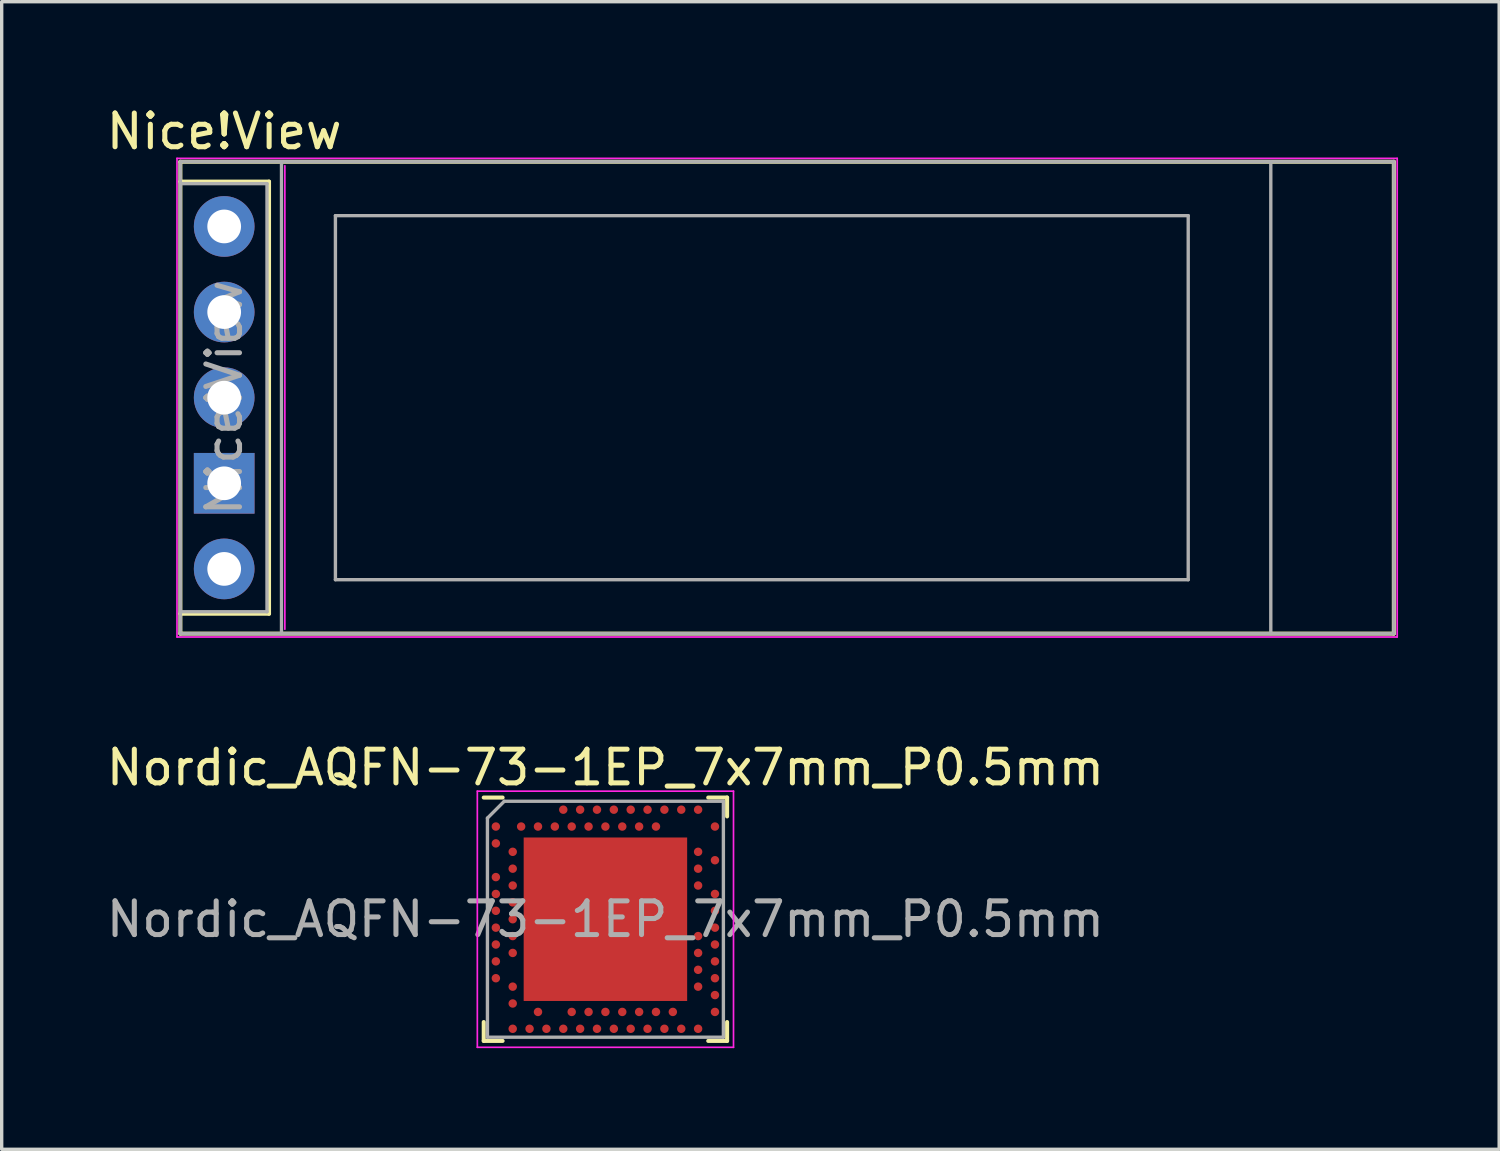
<source format=kicad_pcb>
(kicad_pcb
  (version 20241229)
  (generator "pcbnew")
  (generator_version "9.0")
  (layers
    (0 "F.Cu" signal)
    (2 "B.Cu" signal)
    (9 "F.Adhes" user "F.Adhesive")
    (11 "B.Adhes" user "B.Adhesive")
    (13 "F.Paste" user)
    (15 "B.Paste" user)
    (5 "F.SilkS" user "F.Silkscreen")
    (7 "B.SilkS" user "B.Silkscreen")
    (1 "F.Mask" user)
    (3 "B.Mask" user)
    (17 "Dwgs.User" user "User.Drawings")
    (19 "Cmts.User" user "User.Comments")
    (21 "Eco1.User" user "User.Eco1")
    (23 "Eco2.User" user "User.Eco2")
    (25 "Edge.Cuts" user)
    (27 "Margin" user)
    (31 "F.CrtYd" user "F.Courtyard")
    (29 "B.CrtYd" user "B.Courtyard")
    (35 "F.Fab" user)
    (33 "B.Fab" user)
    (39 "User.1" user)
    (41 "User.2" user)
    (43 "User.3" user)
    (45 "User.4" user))
  (footprint "Nice!View"
    (layer "F.Cu")
    (at 3.601 8.748)
    (property "Reference" "Nice!View" (at 0 -7.9 0) (layer "F.SilkS") (effects (font (size 1 1) (thickness 0.15))))
    (attr through_hole)
    (fp_line (start -1.3 -7) (end -1.3 7) (stroke (width 0.12) (type default)) (layer "F.SilkS"))
    (fp_line (start -1.3 -7) (end 34.7 -7) (stroke (width 0.12) (type default)) (layer "F.SilkS"))
    (fp_line (start -1.3 -6.41) (end 1.33 -6.41) (stroke (width 0.12) (type solid)) (layer "F.SilkS"))
    (fp_line (start -1.3 6.41) (end 1.33 6.41) (stroke (width 0.12) (type solid)) (layer "F.SilkS"))
    (fp_line (start 1.33 -6.41) (end 1.33 6.41) (stroke (width 0.12) (type solid)) (layer "F.SilkS"))
    (fp_line (start 34.7 -7) (end 34.7 7) (stroke (width 0.12) (type default)) (layer "F.SilkS"))
    (fp_line (start 34.7 7) (end -1.3 7) (stroke (width 0.12) (type default)) (layer "F.SilkS"))
    (fp_line (start -1.4 -7.1) (end -1.4 7.1) (stroke (width 0.05) (type solid)) (layer "F.CrtYd"))
    (fp_line (start 1.8 6.87) (end 1.8 -6.88) (stroke (width 0.05) (type solid)) (layer "F.CrtYd"))
    (fp_line (start 34.8 -7.1) (end -1.4 -7.1) (stroke (width 0.05) (type solid)) (layer "F.CrtYd"))
    (fp_line (start 34.8 -7.1) (end 34.8 7.1) (stroke (width 0.05) (type solid)) (layer "F.CrtYd"))
    (fp_line (start 34.8 7.1) (end -1.4 7.1) (stroke (width 0.05) (type solid)) (layer "F.CrtYd"))
    (fp_line (start -1.3 -7) (end -1.3 7) (stroke (width 0.1) (type default)) (layer "F.Fab"))
    (fp_line (start -1.3 -7) (end 34.7 -7) (stroke (width 0.1) (type default)) (layer "F.Fab"))
    (fp_line (start -1.3 -6.35) (end 1.27 -6.35) (stroke (width 0.1) (type solid)) (layer "F.Fab"))
    (fp_line (start -1.3 7) (end 34.7 7) (stroke (width 0.1) (type default)) (layer "F.Fab"))
    (fp_line (start 1.27 -6.35) (end 1.27 6.35) (stroke (width 0.1) (type solid)) (layer "F.Fab"))
    (fp_line (start 1.27 6.35) (end -1.3 6.35) (stroke (width 0.1) (type solid)) (layer "F.Fab"))
    (fp_line (start 1.7 -7) (end 1.7 7) (stroke (width 0.1) (type default)) (layer "F.Fab"))
    (fp_line (start 3.3 -5.4) (end 3.3 5.4) (stroke (width 0.1) (type default)) (layer "F.Fab"))
    (fp_line (start 28.6 -5.4) (end 3.3 -5.4) (stroke (width 0.1) (type default)) (layer "F.Fab"))
    (fp_line (start 28.6 -5.4) (end 28.6 5.4) (stroke (width 0.1) (type default)) (layer "F.Fab"))
    (fp_line (start 28.6 5.4) (end 3.3 5.4) (stroke (width 0.1) (type default)) (layer "F.Fab"))
    (fp_line (start 31.05 -7) (end 31.05 7) (stroke (width 0.1) (type default)) (layer "F.Fab"))
    (fp_line (start 34.7 -7) (end 34.7 7) (stroke (width 0.1) (type default)) (layer "F.Fab"))
    (fp_text user "${REFERENCE}" (at 0 0 90) (layer "F.Fab") (effects (font (size 1 1) (thickness 0.15))))
    (pad "1" thru_hole oval (at 0 -5.08) (size 1.8 1.8) (drill 1) (layers "*.Cu" "*.Mask"))
    (pad "2" thru_hole oval (at 0 -2.54) (size 1.8 1.8) (drill 1) (layers "*.Cu" "*.Mask"))
    (pad "3" thru_hole oval (at 0 0) (size 1.8 1.8) (drill 1) (layers "*.Cu" "*.Mask"))
    (pad "4" thru_hole rect (at 0 2.54) (size 1.8 1.8) (drill 1) (layers "*.Cu" "*.Mask"))
    (pad "5" thru_hole oval (at 0 5.08) (size 1.8 1.8) (drill 1) (layers "*.Cu" "*.Mask")))
  (footprint "Nordic_AQFN-73-1EP_7x7mm_P0.5mm"
    (layer "F.Cu")
    (at 14.911 24.221)
    (property "Reference" "Nordic_AQFN-73-1EP_7x7mm_P0.5mm" (at 0 -4.5 0) (layer "F.SilkS") (effects (font (size 1 1) (thickness 0.15))))
    (attr smd)
    (fp_line (start -3.61 -3.61) (end -3.05 -3.61) (stroke (width 0.12) (type solid)) (layer "F.SilkS"))
    (fp_line (start -3.61 3.61) (end -3.61 3.05) (stroke (width 0.12) (type solid)) (layer "F.SilkS"))
    (fp_line (start -3.61 3.61) (end -3.05 3.61) (stroke (width 0.12) (type solid)) (layer "F.SilkS"))
    (fp_line (start 3.61 -3.61) (end 3.05 -3.61) (stroke (width 0.12) (type solid)) (layer "F.SilkS"))
    (fp_line (start 3.61 -3.61) (end 3.61 -3.05) (stroke (width 0.12) (type solid)) (layer "F.SilkS"))
    (fp_line (start 3.61 3.61) (end 3.05 3.61) (stroke (width 0.12) (type solid)) (layer "F.SilkS"))
    (fp_line (start 3.61 3.61) (end 3.61 3.05) (stroke (width 0.12) (type solid)) (layer "F.SilkS"))
    (fp_line (start -3.8 -3.8) (end 3.8 -3.8) (stroke (width 0.05) (type solid)) (layer "F.CrtYd"))
    (fp_line (start -3.8 3.8) (end -3.8 -3.8) (stroke (width 0.05) (type solid)) (layer "F.CrtYd"))
    (fp_line (start 3.8 -3.8) (end 3.8 3.8) (stroke (width 0.05) (type solid)) (layer "F.CrtYd"))
    (fp_line (start 3.8 3.8) (end -3.8 3.8) (stroke (width 0.05) (type solid)) (layer "F.CrtYd"))
    (fp_line (start -3.5 -3) (end -3.5 3.5) (stroke (width 0.1) (type solid)) (layer "F.Fab"))
    (fp_line (start -3.5 -3) (end -3 -3.5) (stroke (width 0.1) (type solid)) (layer "F.Fab"))
    (fp_line (start -3.5 3.5) (end 3.5 3.5) (stroke (width 0.1) (type solid)) (layer "F.Fab"))
    (fp_line (start -3 -3.5) (end 3.5 -3.5) (stroke (width 0.1) (type solid)) (layer "F.Fab"))
    (fp_line (start 3.5 -3.5) (end 3.5 3.5) (stroke (width 0.1) (type solid)) (layer "F.Fab"))
    (fp_text user "${REFERENCE}" (at 0 0 0) (layer "F.Fab") (effects (font (size 1 1) (thickness 0.15))))
    (pad "" smd rect (at -1.212 -1.212 180) (size 2 2) (layers "F.Paste"))
    (pad "" smd rect (at -1.212 1.212 180) (size 2 2) (layers "F.Paste"))
    (pad "" smd rect (at 1.212 -1.212 180) (size 2 2) (layers "F.Paste"))
    (pad "" smd rect (at 1.212 1.212 180) (size 2 2) (layers "F.Paste"))
    (pad "A8" smd circle (at -1.25 -3.25 180) (size 0.25 0.25) (layers "F.Cu" "F.Mask" "F.Paste"))
    (pad "A10" smd circle (at -0.75 -3.25 180) (size 0.25 0.25) (layers "F.Cu" "F.Mask" "F.Paste"))
    (pad "A12" smd circle (at -0.25 -3.25 180) (size 0.25 0.25) (layers "F.Cu" "F.Mask" "F.Paste"))
    (pad "A14" smd circle (at 0.25 -3.25 180) (size 0.25 0.25) (layers "F.Cu" "F.Mask" "F.Paste"))
    (pad "A16" smd circle (at 0.75 -3.25 180) (size 0.25 0.25) (layers "F.Cu" "F.Mask" "F.Paste"))
    (pad "A18" smd circle (at 1.25 -3.25 180) (size 0.25 0.25) (layers "F.Cu" "F.Mask" "F.Paste"))
    (pad "A20" smd circle (at 1.75 -3.25 180) (size 0.25 0.25) (layers "F.Cu" "F.Mask" "F.Paste"))
    (pad "A22" smd circle (at 2.25 -3.25 180) (size 0.25 0.25) (layers "F.Cu" "F.Mask" "F.Paste"))
    (pad "A23" smd circle (at 2.75 -3.25 180) (size 0.25 0.25) (layers "F.Cu" "F.Mask" "F.Paste"))
    (pad "AA24" smd circle (at 3.25 2.25 180) (size 0.25 0.25) (layers "F.Cu" "F.Mask" "F.Paste"))
    (pad "AB2" smd circle (at -2.75 2.5 180) (size 0.25 0.25) (layers "F.Cu" "F.Mask" "F.Paste"))
    (pad "AC5" smd circle (at -2 2.75 180) (size 0.25 0.25) (layers "F.Cu" "F.Mask" "F.Paste"))
    (pad "AC9" smd circle (at -1 2.75 180) (size 0.25 0.25) (layers "F.Cu" "F.Mask" "F.Paste"))
    (pad "AC11" smd circle (at -0.5 2.75 180) (size 0.25 0.25) (layers "F.Cu" "F.Mask" "F.Paste"))
    (pad "AC13" smd circle (at 0 2.75 180) (size 0.25 0.25) (layers "F.Cu" "F.Mask" "F.Paste"))
    (pad "AC15" smd circle (at 0.5 2.75 180) (size 0.25 0.25) (layers "F.Cu" "F.Mask" "F.Paste"))
    (pad "AC17" smd circle (at 1 2.75 180) (size 0.25 0.25) (layers "F.Cu" "F.Mask" "F.Paste"))
    (pad "AC19" smd circle (at 1.5 2.75 180) (size 0.25 0.25) (layers "F.Cu" "F.Mask" "F.Paste"))
    (pad "AC21" smd circle (at 2 2.75 180) (size 0.25 0.25) (layers "F.Cu" "F.Mask" "F.Paste"))
    (pad "AC24" smd circle (at 3.25 2.75 180) (size 0.25 0.25) (layers "F.Cu" "F.Mask" "F.Paste"))
    (pad "AD2" smd circle (at -2.75 3.25 180) (size 0.25 0.25) (layers "F.Cu" "F.Mask" "F.Paste"))
    (pad "AD4" smd circle (at -2.25 3.25 180) (size 0.25 0.25) (layers "F.Cu" "F.Mask" "F.Paste"))
    (pad "AD6" smd circle (at -1.75 3.25 180) (size 0.25 0.25) (layers "F.Cu" "F.Mask" "F.Paste"))
    (pad "AD8" smd circle (at -1.25 3.25 180) (size 0.25 0.25) (layers "F.Cu" "F.Mask" "F.Paste"))
    (pad "AD10" smd circle (at -0.75 3.25 180) (size 0.25 0.25) (layers "F.Cu" "F.Mask" "F.Paste"))
    (pad "AD12" smd circle (at -0.25 3.25 180) (size 0.25 0.25) (layers "F.Cu" "F.Mask" "F.Paste"))
    (pad "AD14" smd circle (at 0.25 3.25 180) (size 0.25 0.25) (layers "F.Cu" "F.Mask" "F.Paste"))
    (pad "AD16" smd circle (at 0.75 3.25 180) (size 0.25 0.25) (layers "F.Cu" "F.Mask" "F.Paste"))
    (pad "AD18" smd circle (at 1.25 3.25 180) (size 0.25 0.25) (layers "F.Cu" "F.Mask" "F.Paste"))
    (pad "AD20" smd circle (at 1.75 3.25 180) (size 0.25 0.25) (layers "F.Cu" "F.Mask" "F.Paste"))
    (pad "AD22" smd circle (at 2.25 3.25 180) (size 0.25 0.25) (layers "F.Cu" "F.Mask" "F.Paste"))
    (pad "AD23" smd circle (at 2.75 3.25 180) (size 0.25 0.25) (layers "F.Cu" "F.Mask" "F.Paste"))
    (pad "B1" smd circle (at -3.25 -2.75 180) (size 0.25 0.25) (layers "F.Cu" "F.Mask" "F.Paste"))
    (pad "B3" smd circle (at -2.5 -2.75 180) (size 0.25 0.25) (layers "F.Cu" "F.Mask" "F.Paste"))
    (pad "B5" smd circle (at -2 -2.75 180) (size 0.25 0.25) (layers "F.Cu" "F.Mask" "F.Paste"))
    (pad "B7" smd circle (at -1.5 -2.75 180) (size 0.25 0.25) (layers "F.Cu" "F.Mask" "F.Paste"))
    (pad "B9" smd circle (at -1 -2.75 180) (size 0.25 0.25) (layers "F.Cu" "F.Mask" "F.Paste"))
    (pad "B11" smd circle (at -0.5 -2.75 180) (size 0.25 0.25) (layers "F.Cu" "F.Mask" "F.Paste"))
    (pad "B13" smd circle (at 0 -2.75 180) (size 0.25 0.25) (layers "F.Cu" "F.Mask" "F.Paste"))
    (pad "B15" smd circle (at 0.5 -2.75 180) (size 0.25 0.25) (layers "F.Cu" "F.Mask" "F.Paste"))
    (pad "B17" smd circle (at 1 -2.75 180) (size 0.25 0.25) (layers "F.Cu" "F.Mask" "F.Paste"))
    (pad "B19" smd circle (at 1.5 -2.75 180) (size 0.25 0.25) (layers "F.Cu" "F.Mask" "F.Paste"))
    (pad "B24" smd circle (at 3.25 -2.75 180) (size 0.25 0.25) (layers "F.Cu" "F.Mask" "F.Paste"))
    (pad "C1" smd circle (at -3.25 -2.25 180) (size 0.25 0.25) (layers "F.Cu" "F.Mask" "F.Paste"))
    (pad "D2" smd circle (at -2.75 -2 180) (size 0.25 0.25) (layers "F.Cu" "F.Mask" "F.Paste"))
    (pad "D23" smd circle (at 2.75 -2 180) (size 0.25 0.25) (layers "F.Cu" "F.Mask" "F.Paste"))
    (pad "E24" smd circle (at 3.25 -1.75 180) (size 0.25 0.25) (layers "F.Cu" "F.Mask" "F.Paste"))
    (pad "EP" smd rect (at 0 0 180) (size 4.85 4.85) (layers "F.Cu" "F.Mask"))
    (pad "F2" smd circle (at -2.75 -1.5 180) (size 0.25 0.25) (layers "F.Cu" "F.Mask" "F.Paste"))
    (pad "F23" smd circle (at 2.75 -1.5 180) (size 0.25 0.25) (layers "F.Cu" "F.Mask" "F.Paste"))
    (pad "G1" smd circle (at -3.25 -1.25 180) (size 0.25 0.25) (layers "F.Cu" "F.Mask" "F.Paste"))
    (pad "H2" smd circle (at -2.75 -1 180) (size 0.25 0.25) (layers "F.Cu" "F.Mask" "F.Paste"))
    (pad "H23" smd circle (at 2.75 -1 180) (size 0.25 0.25) (layers "F.Cu" "F.Mask" "F.Paste"))
    (pad "J1" smd circle (at -3.25 -0.75 180) (size 0.25 0.25) (layers "F.Cu" "F.Mask" "F.Paste"))
    (pad "J24" smd circle (at 3.25 -0.75 180) (size 0.25 0.25) (layers "F.Cu" "F.Mask" "F.Paste"))
    (pad "K2" smd circle (at -2.75 -0.5 180) (size 0.25 0.25) (layers "F.Cu" "F.Mask" "F.Paste"))
    (pad "L1" smd circle (at -3.25 -0.25 180) (size 0.25 0.25) (layers "F.Cu" "F.Mask" "F.Paste"))
    (pad "L24" smd circle (at 3.25 -0.25 180) (size 0.25 0.25) (layers "F.Cu" "F.Mask" "F.Paste"))
    (pad "M2" smd circle (at -2.75 0 180) (size 0.25 0.25) (layers "F.Cu" "F.Mask" "F.Paste"))
    (pad "N1" smd circle (at -3.25 0.25 180) (size 0.25 0.25) (layers "F.Cu" "F.Mask" "F.Paste"))
    (pad "N24" smd circle (at 3.25 0.25 180) (size 0.25 0.25) (layers "F.Cu" "F.Mask" "F.Paste"))
    (pad "P2" smd circle (at -2.75 0.5 180) (size 0.25 0.25) (layers "F.Cu" "F.Mask" "F.Paste"))
    (pad "P23" smd circle (at 2.75 0.5 180) (size 0.25 0.25) (layers "F.Cu" "F.Mask" "F.Paste"))
    (pad "R1" smd circle (at -3.25 0.75 180) (size 0.25 0.25) (layers "F.Cu" "F.Mask" "F.Paste"))
    (pad "R24" smd circle (at 3.25 0.75 180) (size 0.25 0.25) (layers "F.Cu" "F.Mask" "F.Paste"))
    (pad "T2" smd circle (at -2.75 1 180) (size 0.25 0.25) (layers "F.Cu" "F.Mask" "F.Paste"))
    (pad "T23" smd circle (at 2.75 1 180) (size 0.25 0.25) (layers "F.Cu" "F.Mask" "F.Paste"))
    (pad "U1" smd circle (at -3.25 1.25 180) (size 0.25 0.25) (layers "F.Cu" "F.Mask" "F.Paste"))
    (pad "U24" smd circle (at 3.25 1.25 180) (size 0.25 0.25) (layers "F.Cu" "F.Mask" "F.Paste"))
    (pad "V23" smd circle (at 2.75 1.5 180) (size 0.25 0.25) (layers "F.Cu" "F.Mask" "F.Paste"))
    (pad "W1" smd circle (at -3.25 1.75 180) (size 0.25 0.25) (layers "F.Cu" "F.Mask" "F.Paste"))
    (pad "W24" smd circle (at 3.25 1.75 180) (size 0.25 0.25) (layers "F.Cu" "F.Mask" "F.Paste"))
    (pad "Y2" smd circle (at -2.75 2 180) (size 0.25 0.25) (layers "F.Cu" "F.Mask" "F.Paste"))
    (pad "Y23" smd circle (at 2.75 2 180) (size 0.25 0.25) (layers "F.Cu" "F.Mask" "F.Paste")))
  (gr_rect
    (start -3 -3)
    (end 41.426 31.047)
    (stroke (width 0.1) (type default))
    (fill no)
    (layer "Edge.Cuts")))
</source>
